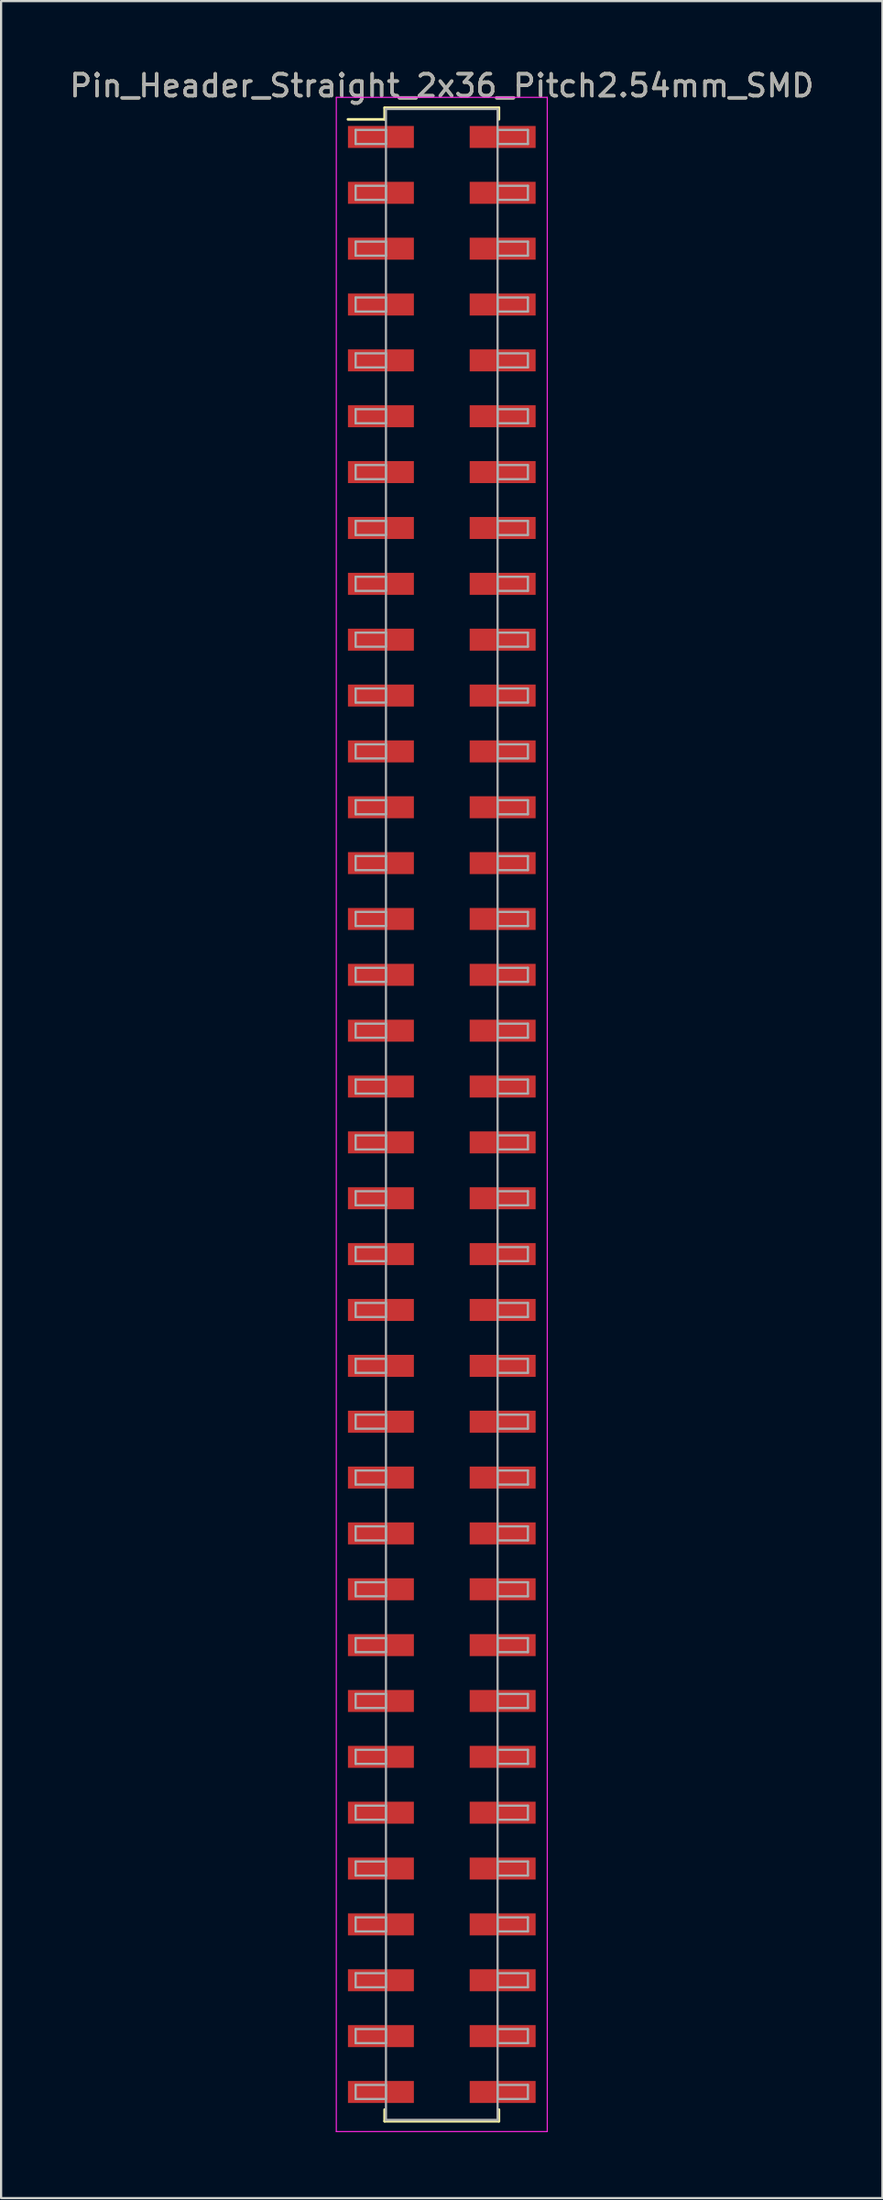
<source format=kicad_pcb>
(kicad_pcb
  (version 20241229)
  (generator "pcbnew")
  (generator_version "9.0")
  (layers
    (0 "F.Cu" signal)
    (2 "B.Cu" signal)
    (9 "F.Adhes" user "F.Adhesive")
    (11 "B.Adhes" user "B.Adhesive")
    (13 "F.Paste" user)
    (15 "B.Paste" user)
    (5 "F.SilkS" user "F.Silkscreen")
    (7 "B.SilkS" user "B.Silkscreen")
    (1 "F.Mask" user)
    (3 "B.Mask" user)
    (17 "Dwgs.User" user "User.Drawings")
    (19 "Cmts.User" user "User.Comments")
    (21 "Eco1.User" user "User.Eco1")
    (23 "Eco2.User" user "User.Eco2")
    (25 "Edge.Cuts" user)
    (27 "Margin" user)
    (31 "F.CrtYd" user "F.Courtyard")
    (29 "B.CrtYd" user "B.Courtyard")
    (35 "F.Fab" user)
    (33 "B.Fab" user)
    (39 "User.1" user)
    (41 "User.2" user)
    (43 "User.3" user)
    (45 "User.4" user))
  (footprint "Pin_Header_Straight_2x36_Pitch2.54mm_SMD"
    (layer "F.Cu")
    (at 17.054 47.628)
    (property "Reference" "Pin_Header_Straight_2x36_Pitch2.54mm_SMD" (at 0 -46.78 0) (layer "F.SilkS") (effects (font (size 1 1) (thickness 0.15))))
    (attr smd)
    (fp_line (start -4.27 -45.25) (end -2.6 -45.25) (stroke (width 0.12) (type solid)) (layer "F.SilkS"))
    (fp_line (start -2.6 -45.78) (end 2.6 -45.78) (stroke (width 0.12) (type solid)) (layer "F.SilkS"))
    (fp_line (start -2.6 -45.25) (end -2.6 -45.78) (stroke (width 0.12) (type solid)) (layer "F.SilkS"))
    (fp_line (start -2.6 45.25) (end -2.6 45.78) (stroke (width 0.12) (type solid)) (layer "F.SilkS"))
    (fp_line (start -2.6 45.78) (end 2.6 45.78) (stroke (width 0.12) (type solid)) (layer "F.SilkS"))
    (fp_line (start 2.6 -45.78) (end 2.6 -45.25) (stroke (width 0.12) (type solid)) (layer "F.SilkS"))
    (fp_line (start 2.6 45.78) (end 2.6 45.25) (stroke (width 0.12) (type solid)) (layer "F.SilkS"))
    (fp_line (start -4.8 -46.25) (end -4.8 46.25) (stroke (width 0.05) (type solid)) (layer "F.CrtYd"))
    (fp_line (start -4.8 46.25) (end 4.8 46.25) (stroke (width 0.05) (type solid)) (layer "F.CrtYd"))
    (fp_line (start 4.8 -46.25) (end -4.8 -46.25) (stroke (width 0.05) (type solid)) (layer "F.CrtYd"))
    (fp_line (start 4.8 46.25) (end 4.8 -46.25) (stroke (width 0.05) (type solid)) (layer "F.CrtYd"))
    (fp_line (start -3.92 -44.77) (end -2.54 -44.77) (stroke (width 0.1) (type solid)) (layer "F.Fab"))
    (fp_line (start -3.92 -44.13) (end -3.92 -44.77) (stroke (width 0.1) (type solid)) (layer "F.Fab"))
    (fp_line (start -3.92 -42.23) (end -2.54 -42.23) (stroke (width 0.1) (type solid)) (layer "F.Fab"))
    (fp_line (start -3.92 -41.59) (end -3.92 -42.23) (stroke (width 0.1) (type solid)) (layer "F.Fab"))
    (fp_line (start -3.92 -39.69) (end -2.54 -39.69) (stroke (width 0.1) (type solid)) (layer "F.Fab"))
    (fp_line (start -3.92 -39.05) (end -3.92 -39.69) (stroke (width 0.1) (type solid)) (layer "F.Fab"))
    (fp_line (start -3.92 -37.15) (end -2.54 -37.15) (stroke (width 0.1) (type solid)) (layer "F.Fab"))
    (fp_line (start -3.92 -36.51) (end -3.92 -37.15) (stroke (width 0.1) (type solid)) (layer "F.Fab"))
    (fp_line (start -3.92 -34.61) (end -2.54 -34.61) (stroke (width 0.1) (type solid)) (layer "F.Fab"))
    (fp_line (start -3.92 -33.97) (end -3.92 -34.61) (stroke (width 0.1) (type solid)) (layer "F.Fab"))
    (fp_line (start -3.92 -32.07) (end -2.54 -32.07) (stroke (width 0.1) (type solid)) (layer "F.Fab"))
    (fp_line (start -3.92 -31.43) (end -3.92 -32.07) (stroke (width 0.1) (type solid)) (layer "F.Fab"))
    (fp_line (start -3.92 -29.53) (end -2.54 -29.53) (stroke (width 0.1) (type solid)) (layer "F.Fab"))
    (fp_line (start -3.92 -28.89) (end -3.92 -29.53) (stroke (width 0.1) (type solid)) (layer "F.Fab"))
    (fp_line (start -3.92 -26.99) (end -2.54 -26.99) (stroke (width 0.1) (type solid)) (layer "F.Fab"))
    (fp_line (start -3.92 -26.35) (end -3.92 -26.99) (stroke (width 0.1) (type solid)) (layer "F.Fab"))
    (fp_line (start -3.92 -24.45) (end -2.54 -24.45) (stroke (width 0.1) (type solid)) (layer "F.Fab"))
    (fp_line (start -3.92 -23.81) (end -3.92 -24.45) (stroke (width 0.1) (type solid)) (layer "F.Fab"))
    (fp_line (start -3.92 -21.91) (end -2.54 -21.91) (stroke (width 0.1) (type solid)) (layer "F.Fab"))
    (fp_line (start -3.92 -21.27) (end -3.92 -21.91) (stroke (width 0.1) (type solid)) (layer "F.Fab"))
    (fp_line (start -3.92 -19.37) (end -2.54 -19.37) (stroke (width 0.1) (type solid)) (layer "F.Fab"))
    (fp_line (start -3.92 -18.73) (end -3.92 -19.37) (stroke (width 0.1) (type solid)) (layer "F.Fab"))
    (fp_line (start -3.92 -16.83) (end -2.54 -16.83) (stroke (width 0.1) (type solid)) (layer "F.Fab"))
    (fp_line (start -3.92 -16.19) (end -3.92 -16.83) (stroke (width 0.1) (type solid)) (layer "F.Fab"))
    (fp_line (start -3.92 -14.29) (end -2.54 -14.29) (stroke (width 0.1) (type solid)) (layer "F.Fab"))
    (fp_line (start -3.92 -13.65) (end -3.92 -14.29) (stroke (width 0.1) (type solid)) (layer "F.Fab"))
    (fp_line (start -3.92 -11.75) (end -2.54 -11.75) (stroke (width 0.1) (type solid)) (layer "F.Fab"))
    (fp_line (start -3.92 -11.11) (end -3.92 -11.75) (stroke (width 0.1) (type solid)) (layer "F.Fab"))
    (fp_line (start -3.92 -9.21) (end -2.54 -9.21) (stroke (width 0.1) (type solid)) (layer "F.Fab"))
    (fp_line (start -3.92 -8.57) (end -3.92 -9.21) (stroke (width 0.1) (type solid)) (layer "F.Fab"))
    (fp_line (start -3.92 -6.67) (end -2.54 -6.67) (stroke (width 0.1) (type solid)) (layer "F.Fab"))
    (fp_line (start -3.92 -6.03) (end -3.92 -6.67) (stroke (width 0.1) (type solid)) (layer "F.Fab"))
    (fp_line (start -3.92 -4.13) (end -2.54 -4.13) (stroke (width 0.1) (type solid)) (layer "F.Fab"))
    (fp_line (start -3.92 -3.49) (end -3.92 -4.13) (stroke (width 0.1) (type solid)) (layer "F.Fab"))
    (fp_line (start -3.92 -1.59) (end -2.54 -1.59) (stroke (width 0.1) (type solid)) (layer "F.Fab"))
    (fp_line (start -3.92 -0.95) (end -3.92 -1.59) (stroke (width 0.1) (type solid)) (layer "F.Fab"))
    (fp_line (start -3.92 0.95) (end -2.54 0.95) (stroke (width 0.1) (type solid)) (layer "F.Fab"))
    (fp_line (start -3.92 1.59) (end -3.92 0.95) (stroke (width 0.1) (type solid)) (layer "F.Fab"))
    (fp_line (start -3.92 3.49) (end -2.54 3.49) (stroke (width 0.1) (type solid)) (layer "F.Fab"))
    (fp_line (start -3.92 4.13) (end -3.92 3.49) (stroke (width 0.1) (type solid)) (layer "F.Fab"))
    (fp_line (start -3.92 6.03) (end -2.54 6.03) (stroke (width 0.1) (type solid)) (layer "F.Fab"))
    (fp_line (start -3.92 6.67) (end -3.92 6.03) (stroke (width 0.1) (type solid)) (layer "F.Fab"))
    (fp_line (start -3.92 8.57) (end -2.54 8.57) (stroke (width 0.1) (type solid)) (layer "F.Fab"))
    (fp_line (start -3.92 9.21) (end -3.92 8.57) (stroke (width 0.1) (type solid)) (layer "F.Fab"))
    (fp_line (start -3.92 11.11) (end -2.54 11.11) (stroke (width 0.1) (type solid)) (layer "F.Fab"))
    (fp_line (start -3.92 11.75) (end -3.92 11.11) (stroke (width 0.1) (type solid)) (layer "F.Fab"))
    (fp_line (start -3.92 13.65) (end -2.54 13.65) (stroke (width 0.1) (type solid)) (layer "F.Fab"))
    (fp_line (start -3.92 14.29) (end -3.92 13.65) (stroke (width 0.1) (type solid)) (layer "F.Fab"))
    (fp_line (start -3.92 16.19) (end -2.54 16.19) (stroke (width 0.1) (type solid)) (layer "F.Fab"))
    (fp_line (start -3.92 16.83) (end -3.92 16.19) (stroke (width 0.1) (type solid)) (layer "F.Fab"))
    (fp_line (start -3.92 18.73) (end -2.54 18.73) (stroke (width 0.1) (type solid)) (layer "F.Fab"))
    (fp_line (start -3.92 19.37) (end -3.92 18.73) (stroke (width 0.1) (type solid)) (layer "F.Fab"))
    (fp_line (start -3.92 21.27) (end -2.54 21.27) (stroke (width 0.1) (type solid)) (layer "F.Fab"))
    (fp_line (start -3.92 21.91) (end -3.92 21.27) (stroke (width 0.1) (type solid)) (layer "F.Fab"))
    (fp_line (start -3.92 23.81) (end -2.54 23.81) (stroke (width 0.1) (type solid)) (layer "F.Fab"))
    (fp_line (start -3.92 24.45) (end -3.92 23.81) (stroke (width 0.1) (type solid)) (layer "F.Fab"))
    (fp_line (start -3.92 26.35) (end -2.54 26.35) (stroke (width 0.1) (type solid)) (layer "F.Fab"))
    (fp_line (start -3.92 26.99) (end -3.92 26.35) (stroke (width 0.1) (type solid)) (layer "F.Fab"))
    (fp_line (start -3.92 28.89) (end -2.54 28.89) (stroke (width 0.1) (type solid)) (layer "F.Fab"))
    (fp_line (start -3.92 29.53) (end -3.92 28.89) (stroke (width 0.1) (type solid)) (layer "F.Fab"))
    (fp_line (start -3.92 31.43) (end -2.54 31.43) (stroke (width 0.1) (type solid)) (layer "F.Fab"))
    (fp_line (start -3.92 32.07) (end -3.92 31.43) (stroke (width 0.1) (type solid)) (layer "F.Fab"))
    (fp_line (start -3.92 33.97) (end -2.54 33.97) (stroke (width 0.1) (type solid)) (layer "F.Fab"))
    (fp_line (start -3.92 34.61) (end -3.92 33.97) (stroke (width 0.1) (type solid)) (layer "F.Fab"))
    (fp_line (start -3.92 36.51) (end -2.54 36.51) (stroke (width 0.1) (type solid)) (layer "F.Fab"))
    (fp_line (start -3.92 37.15) (end -3.92 36.51) (stroke (width 0.1) (type solid)) (layer "F.Fab"))
    (fp_line (start -3.92 39.05) (end -2.54 39.05) (stroke (width 0.1) (type solid)) (layer "F.Fab"))
    (fp_line (start -3.92 39.69) (end -3.92 39.05) (stroke (width 0.1) (type solid)) (layer "F.Fab"))
    (fp_line (start -3.92 41.59) (end -2.54 41.59) (stroke (width 0.1) (type solid)) (layer "F.Fab"))
    (fp_line (start -3.92 42.23) (end -3.92 41.59) (stroke (width 0.1) (type solid)) (layer "F.Fab"))
    (fp_line (start -3.92 44.13) (end -2.54 44.13) (stroke (width 0.1) (type solid)) (layer "F.Fab"))
    (fp_line (start -3.92 44.77) (end -3.92 44.13) (stroke (width 0.1) (type solid)) (layer "F.Fab"))
    (fp_line (start -2.54 -45.72) (end -2.54 45.72) (stroke (width 0.1) (type solid)) (layer "F.Fab"))
    (fp_line (start -2.54 -44.77) (end -2.54 -44.13) (stroke (width 0.1) (type solid)) (layer "F.Fab"))
    (fp_line (start -2.54 -44.13) (end -3.92 -44.13) (stroke (width 0.1) (type solid)) (layer "F.Fab"))
    (fp_line (start -2.54 -42.23) (end -2.54 -41.59) (stroke (width 0.1) (type solid)) (layer "F.Fab"))
    (fp_line (start -2.54 -41.59) (end -3.92 -41.59) (stroke (width 0.1) (type solid)) (layer "F.Fab"))
    (fp_line (start -2.54 -39.69) (end -2.54 -39.05) (stroke (width 0.1) (type solid)) (layer "F.Fab"))
    (fp_line (start -2.54 -39.05) (end -3.92 -39.05) (stroke (width 0.1) (type solid)) (layer "F.Fab"))
    (fp_line (start -2.54 -37.15) (end -2.54 -36.51) (stroke (width 0.1) (type solid)) (layer "F.Fab"))
    (fp_line (start -2.54 -36.51) (end -3.92 -36.51) (stroke (width 0.1) (type solid)) (layer "F.Fab"))
    (fp_line (start -2.54 -34.61) (end -2.54 -33.97) (stroke (width 0.1) (type solid)) (layer "F.Fab"))
    (fp_line (start -2.54 -33.97) (end -3.92 -33.97) (stroke (width 0.1) (type solid)) (layer "F.Fab"))
    (fp_line (start -2.54 -32.07) (end -2.54 -31.43) (stroke (width 0.1) (type solid)) (layer "F.Fab"))
    (fp_line (start -2.54 -31.43) (end -3.92 -31.43) (stroke (width 0.1) (type solid)) (layer "F.Fab"))
    (fp_line (start -2.54 -29.53) (end -2.54 -28.89) (stroke (width 0.1) (type solid)) (layer "F.Fab"))
    (fp_line (start -2.54 -28.89) (end -3.92 -28.89) (stroke (width 0.1) (type solid)) (layer "F.Fab"))
    (fp_line (start -2.54 -26.99) (end -2.54 -26.35) (stroke (width 0.1) (type solid)) (layer "F.Fab"))
    (fp_line (start -2.54 -26.35) (end -3.92 -26.35) (stroke (width 0.1) (type solid)) (layer "F.Fab"))
    (fp_line (start -2.54 -24.45) (end -2.54 -23.81) (stroke (width 0.1) (type solid)) (layer "F.Fab"))
    (fp_line (start -2.54 -23.81) (end -3.92 -23.81) (stroke (width 0.1) (type solid)) (layer "F.Fab"))
    (fp_line (start -2.54 -21.91) (end -2.54 -21.27) (stroke (width 0.1) (type solid)) (layer "F.Fab"))
    (fp_line (start -2.54 -21.27) (end -3.92 -21.27) (stroke (width 0.1) (type solid)) (layer "F.Fab"))
    (fp_line (start -2.54 -19.37) (end -2.54 -18.73) (stroke (width 0.1) (type solid)) (layer "F.Fab"))
    (fp_line (start -2.54 -18.73) (end -3.92 -18.73) (stroke (width 0.1) (type solid)) (layer "F.Fab"))
    (fp_line (start -2.54 -16.83) (end -2.54 -16.19) (stroke (width 0.1) (type solid)) (layer "F.Fab"))
    (fp_line (start -2.54 -16.19) (end -3.92 -16.19) (stroke (width 0.1) (type solid)) (layer "F.Fab"))
    (fp_line (start -2.54 -14.29) (end -2.54 -13.65) (stroke (width 0.1) (type solid)) (layer "F.Fab"))
    (fp_line (start -2.54 -13.65) (end -3.92 -13.65) (stroke (width 0.1) (type solid)) (layer "F.Fab"))
    (fp_line (start -2.54 -11.75) (end -2.54 -11.11) (stroke (width 0.1) (type solid)) (layer "F.Fab"))
    (fp_line (start -2.54 -11.11) (end -3.92 -11.11) (stroke (width 0.1) (type solid)) (layer "F.Fab"))
    (fp_line (start -2.54 -9.21) (end -2.54 -8.57) (stroke (width 0.1) (type solid)) (layer "F.Fab"))
    (fp_line (start -2.54 -8.57) (end -3.92 -8.57) (stroke (width 0.1) (type solid)) (layer "F.Fab"))
    (fp_line (start -2.54 -6.67) (end -2.54 -6.03) (stroke (width 0.1) (type solid)) (layer "F.Fab"))
    (fp_line (start -2.54 -6.03) (end -3.92 -6.03) (stroke (width 0.1) (type solid)) (layer "F.Fab"))
    (fp_line (start -2.54 -4.13) (end -2.54 -3.49) (stroke (width 0.1) (type solid)) (layer "F.Fab"))
    (fp_line (start -2.54 -3.49) (end -3.92 -3.49) (stroke (width 0.1) (type solid)) (layer "F.Fab"))
    (fp_line (start -2.54 -1.59) (end -2.54 -0.95) (stroke (width 0.1) (type solid)) (layer "F.Fab"))
    (fp_line (start -2.54 -0.95) (end -3.92 -0.95) (stroke (width 0.1) (type solid)) (layer "F.Fab"))
    (fp_line (start -2.54 0.95) (end -2.54 1.59) (stroke (width 0.1) (type solid)) (layer "F.Fab"))
    (fp_line (start -2.54 1.59) (end -3.92 1.59) (stroke (width 0.1) (type solid)) (layer "F.Fab"))
    (fp_line (start -2.54 3.49) (end -2.54 4.13) (stroke (width 0.1) (type solid)) (layer "F.Fab"))
    (fp_line (start -2.54 4.13) (end -3.92 4.13) (stroke (width 0.1) (type solid)) (layer "F.Fab"))
    (fp_line (start -2.54 6.03) (end -2.54 6.67) (stroke (width 0.1) (type solid)) (layer "F.Fab"))
    (fp_line (start -2.54 6.67) (end -3.92 6.67) (stroke (width 0.1) (type solid)) (layer "F.Fab"))
    (fp_line (start -2.54 8.57) (end -2.54 9.21) (stroke (width 0.1) (type solid)) (layer "F.Fab"))
    (fp_line (start -2.54 9.21) (end -3.92 9.21) (stroke (width 0.1) (type solid)) (layer "F.Fab"))
    (fp_line (start -2.54 11.11) (end -2.54 11.75) (stroke (width 0.1) (type solid)) (layer "F.Fab"))
    (fp_line (start -2.54 11.75) (end -3.92 11.75) (stroke (width 0.1) (type solid)) (layer "F.Fab"))
    (fp_line (start -2.54 13.65) (end -2.54 14.29) (stroke (width 0.1) (type solid)) (layer "F.Fab"))
    (fp_line (start -2.54 14.29) (end -3.92 14.29) (stroke (width 0.1) (type solid)) (layer "F.Fab"))
    (fp_line (start -2.54 16.19) (end -2.54 16.83) (stroke (width 0.1) (type solid)) (layer "F.Fab"))
    (fp_line (start -2.54 16.83) (end -3.92 16.83) (stroke (width 0.1) (type solid)) (layer "F.Fab"))
    (fp_line (start -2.54 18.73) (end -2.54 19.37) (stroke (width 0.1) (type solid)) (layer "F.Fab"))
    (fp_line (start -2.54 19.37) (end -3.92 19.37) (stroke (width 0.1) (type solid)) (layer "F.Fab"))
    (fp_line (start -2.54 21.27) (end -2.54 21.91) (stroke (width 0.1) (type solid)) (layer "F.Fab"))
    (fp_line (start -2.54 21.91) (end -3.92 21.91) (stroke (width 0.1) (type solid)) (layer "F.Fab"))
    (fp_line (start -2.54 23.81) (end -2.54 24.45) (stroke (width 0.1) (type solid)) (layer "F.Fab"))
    (fp_line (start -2.54 24.45) (end -3.92 24.45) (stroke (width 0.1) (type solid)) (layer "F.Fab"))
    (fp_line (start -2.54 26.35) (end -2.54 26.99) (stroke (width 0.1) (type solid)) (layer "F.Fab"))
    (fp_line (start -2.54 26.99) (end -3.92 26.99) (stroke (width 0.1) (type solid)) (layer "F.Fab"))
    (fp_line (start -2.54 28.89) (end -2.54 29.53) (stroke (width 0.1) (type solid)) (layer "F.Fab"))
    (fp_line (start -2.54 29.53) (end -3.92 29.53) (stroke (width 0.1) (type solid)) (layer "F.Fab"))
    (fp_line (start -2.54 31.43) (end -2.54 32.07) (stroke (width 0.1) (type solid)) (layer "F.Fab"))
    (fp_line (start -2.54 32.07) (end -3.92 32.07) (stroke (width 0.1) (type solid)) (layer "F.Fab"))
    (fp_line (start -2.54 33.97) (end -2.54 34.61) (stroke (width 0.1) (type solid)) (layer "F.Fab"))
    (fp_line (start -2.54 34.61) (end -3.92 34.61) (stroke (width 0.1) (type solid)) (layer "F.Fab"))
    (fp_line (start -2.54 36.51) (end -2.54 37.15) (stroke (width 0.1) (type solid)) (layer "F.Fab"))
    (fp_line (start -2.54 37.15) (end -3.92 37.15) (stroke (width 0.1) (type solid)) (layer "F.Fab"))
    (fp_line (start -2.54 39.05) (end -2.54 39.69) (stroke (width 0.1) (type solid)) (layer "F.Fab"))
    (fp_line (start -2.54 39.69) (end -3.92 39.69) (stroke (width 0.1) (type solid)) (layer "F.Fab"))
    (fp_line (start -2.54 41.59) (end -2.54 42.23) (stroke (width 0.1) (type solid)) (layer "F.Fab"))
    (fp_line (start -2.54 42.23) (end -3.92 42.23) (stroke (width 0.1) (type solid)) (layer "F.Fab"))
    (fp_line (start -2.54 44.13) (end -2.54 44.77) (stroke (width 0.1) (type solid)) (layer "F.Fab"))
    (fp_line (start -2.54 44.77) (end -3.92 44.77) (stroke (width 0.1) (type solid)) (layer "F.Fab"))
    (fp_line (start -2.54 45.72) (end 2.54 45.72) (stroke (width 0.1) (type solid)) (layer "F.Fab"))
    (fp_line (start 2.54 -45.72) (end -2.54 -45.72) (stroke (width 0.1) (type solid)) (layer "F.Fab"))
    (fp_line (start 2.54 -44.77) (end 2.54 -44.13) (stroke (width 0.1) (type solid)) (layer "F.Fab"))
    (fp_line (start 2.54 -44.13) (end 3.92 -44.13) (stroke (width 0.1) (type solid)) (layer "F.Fab"))
    (fp_line (start 2.54 -42.23) (end 2.54 -41.59) (stroke (width 0.1) (type solid)) (layer "F.Fab"))
    (fp_line (start 2.54 -41.59) (end 3.92 -41.59) (stroke (width 0.1) (type solid)) (layer "F.Fab"))
    (fp_line (start 2.54 -39.69) (end 2.54 -39.05) (stroke (width 0.1) (type solid)) (layer "F.Fab"))
    (fp_line (start 2.54 -39.05) (end 3.92 -39.05) (stroke (width 0.1) (type solid)) (layer "F.Fab"))
    (fp_line (start 2.54 -37.15) (end 2.54 -36.51) (stroke (width 0.1) (type solid)) (layer "F.Fab"))
    (fp_line (start 2.54 -36.51) (end 3.92 -36.51) (stroke (width 0.1) (type solid)) (layer "F.Fab"))
    (fp_line (start 2.54 -34.61) (end 2.54 -33.97) (stroke (width 0.1) (type solid)) (layer "F.Fab"))
    (fp_line (start 2.54 -33.97) (end 3.92 -33.97) (stroke (width 0.1) (type solid)) (layer "F.Fab"))
    (fp_line (start 2.54 -32.07) (end 2.54 -31.43) (stroke (width 0.1) (type solid)) (layer "F.Fab"))
    (fp_line (start 2.54 -31.43) (end 3.92 -31.43) (stroke (width 0.1) (type solid)) (layer "F.Fab"))
    (fp_line (start 2.54 -29.53) (end 2.54 -28.89) (stroke (width 0.1) (type solid)) (layer "F.Fab"))
    (fp_line (start 2.54 -28.89) (end 3.92 -28.89) (stroke (width 0.1) (type solid)) (layer "F.Fab"))
    (fp_line (start 2.54 -26.99) (end 2.54 -26.35) (stroke (width 0.1) (type solid)) (layer "F.Fab"))
    (fp_line (start 2.54 -26.35) (end 3.92 -26.35) (stroke (width 0.1) (type solid)) (layer "F.Fab"))
    (fp_line (start 2.54 -24.45) (end 2.54 -23.81) (stroke (width 0.1) (type solid)) (layer "F.Fab"))
    (fp_line (start 2.54 -23.81) (end 3.92 -23.81) (stroke (width 0.1) (type solid)) (layer "F.Fab"))
    (fp_line (start 2.54 -21.91) (end 2.54 -21.27) (stroke (width 0.1) (type solid)) (layer "F.Fab"))
    (fp_line (start 2.54 -21.27) (end 3.92 -21.27) (stroke (width 0.1) (type solid)) (layer "F.Fab"))
    (fp_line (start 2.54 -19.37) (end 2.54 -18.73) (stroke (width 0.1) (type solid)) (layer "F.Fab"))
    (fp_line (start 2.54 -18.73) (end 3.92 -18.73) (stroke (width 0.1) (type solid)) (layer "F.Fab"))
    (fp_line (start 2.54 -16.83) (end 2.54 -16.19) (stroke (width 0.1) (type solid)) (layer "F.Fab"))
    (fp_line (start 2.54 -16.19) (end 3.92 -16.19) (stroke (width 0.1) (type solid)) (layer "F.Fab"))
    (fp_line (start 2.54 -14.29) (end 2.54 -13.65) (stroke (width 0.1) (type solid)) (layer "F.Fab"))
    (fp_line (start 2.54 -13.65) (end 3.92 -13.65) (stroke (width 0.1) (type solid)) (layer "F.Fab"))
    (fp_line (start 2.54 -11.75) (end 2.54 -11.11) (stroke (width 0.1) (type solid)) (layer "F.Fab"))
    (fp_line (start 2.54 -11.11) (end 3.92 -11.11) (stroke (width 0.1) (type solid)) (layer "F.Fab"))
    (fp_line (start 2.54 -9.21) (end 2.54 -8.57) (stroke (width 0.1) (type solid)) (layer "F.Fab"))
    (fp_line (start 2.54 -8.57) (end 3.92 -8.57) (stroke (width 0.1) (type solid)) (layer "F.Fab"))
    (fp_line (start 2.54 -6.67) (end 2.54 -6.03) (stroke (width 0.1) (type solid)) (layer "F.Fab"))
    (fp_line (start 2.54 -6.03) (end 3.92 -6.03) (stroke (width 0.1) (type solid)) (layer "F.Fab"))
    (fp_line (start 2.54 -4.13) (end 2.54 -3.49) (stroke (width 0.1) (type solid)) (layer "F.Fab"))
    (fp_line (start 2.54 -3.49) (end 3.92 -3.49) (stroke (width 0.1) (type solid)) (layer "F.Fab"))
    (fp_line (start 2.54 -1.59) (end 2.54 -0.95) (stroke (width 0.1) (type solid)) (layer "F.Fab"))
    (fp_line (start 2.54 -0.95) (end 3.92 -0.95) (stroke (width 0.1) (type solid)) (layer "F.Fab"))
    (fp_line (start 2.54 0.95) (end 2.54 1.59) (stroke (width 0.1) (type solid)) (layer "F.Fab"))
    (fp_line (start 2.54 1.59) (end 3.92 1.59) (stroke (width 0.1) (type solid)) (layer "F.Fab"))
    (fp_line (start 2.54 3.49) (end 2.54 4.13) (stroke (width 0.1) (type solid)) (layer "F.Fab"))
    (fp_line (start 2.54 4.13) (end 3.92 4.13) (stroke (width 0.1) (type solid)) (layer "F.Fab"))
    (fp_line (start 2.54 6.03) (end 2.54 6.67) (stroke (width 0.1) (type solid)) (layer "F.Fab"))
    (fp_line (start 2.54 6.67) (end 3.92 6.67) (stroke (width 0.1) (type solid)) (layer "F.Fab"))
    (fp_line (start 2.54 8.57) (end 2.54 9.21) (stroke (width 0.1) (type solid)) (layer "F.Fab"))
    (fp_line (start 2.54 9.21) (end 3.92 9.21) (stroke (width 0.1) (type solid)) (layer "F.Fab"))
    (fp_line (start 2.54 11.11) (end 2.54 11.75) (stroke (width 0.1) (type solid)) (layer "F.Fab"))
    (fp_line (start 2.54 11.75) (end 3.92 11.75) (stroke (width 0.1) (type solid)) (layer "F.Fab"))
    (fp_line (start 2.54 13.65) (end 2.54 14.29) (stroke (width 0.1) (type solid)) (layer "F.Fab"))
    (fp_line (start 2.54 14.29) (end 3.92 14.29) (stroke (width 0.1) (type solid)) (layer "F.Fab"))
    (fp_line (start 2.54 16.19) (end 2.54 16.83) (stroke (width 0.1) (type solid)) (layer "F.Fab"))
    (fp_line (start 2.54 16.83) (end 3.92 16.83) (stroke (width 0.1) (type solid)) (layer "F.Fab"))
    (fp_line (start 2.54 18.73) (end 2.54 19.37) (stroke (width 0.1) (type solid)) (layer "F.Fab"))
    (fp_line (start 2.54 19.37) (end 3.92 19.37) (stroke (width 0.1) (type solid)) (layer "F.Fab"))
    (fp_line (start 2.54 21.27) (end 2.54 21.91) (stroke (width 0.1) (type solid)) (layer "F.Fab"))
    (fp_line (start 2.54 21.91) (end 3.92 21.91) (stroke (width 0.1) (type solid)) (layer "F.Fab"))
    (fp_line (start 2.54 23.81) (end 2.54 24.45) (stroke (width 0.1) (type solid)) (layer "F.Fab"))
    (fp_line (start 2.54 24.45) (end 3.92 24.45) (stroke (width 0.1) (type solid)) (layer "F.Fab"))
    (fp_line (start 2.54 26.35) (end 2.54 26.99) (stroke (width 0.1) (type solid)) (layer "F.Fab"))
    (fp_line (start 2.54 26.99) (end 3.92 26.99) (stroke (width 0.1) (type solid)) (layer "F.Fab"))
    (fp_line (start 2.54 28.89) (end 2.54 29.53) (stroke (width 0.1) (type solid)) (layer "F.Fab"))
    (fp_line (start 2.54 29.53) (end 3.92 29.53) (stroke (width 0.1) (type solid)) (layer "F.Fab"))
    (fp_line (start 2.54 31.43) (end 2.54 32.07) (stroke (width 0.1) (type solid)) (layer "F.Fab"))
    (fp_line (start 2.54 32.07) (end 3.92 32.07) (stroke (width 0.1) (type solid)) (layer "F.Fab"))
    (fp_line (start 2.54 33.97) (end 2.54 34.61) (stroke (width 0.1) (type solid)) (layer "F.Fab"))
    (fp_line (start 2.54 34.61) (end 3.92 34.61) (stroke (width 0.1) (type solid)) (layer "F.Fab"))
    (fp_line (start 2.54 36.51) (end 2.54 37.15) (stroke (width 0.1) (type solid)) (layer "F.Fab"))
    (fp_line (start 2.54 37.15) (end 3.92 37.15) (stroke (width 0.1) (type solid)) (layer "F.Fab"))
    (fp_line (start 2.54 39.05) (end 2.54 39.69) (stroke (width 0.1) (type solid)) (layer "F.Fab"))
    (fp_line (start 2.54 39.69) (end 3.92 39.69) (stroke (width 0.1) (type solid)) (layer "F.Fab"))
    (fp_line (start 2.54 41.59) (end 2.54 42.23) (stroke (width 0.1) (type solid)) (layer "F.Fab"))
    (fp_line (start 2.54 42.23) (end 3.92 42.23) (stroke (width 0.1) (type solid)) (layer "F.Fab"))
    (fp_line (start 2.54 44.13) (end 2.54 44.77) (stroke (width 0.1) (type solid)) (layer "F.Fab"))
    (fp_line (start 2.54 44.77) (end 3.92 44.77) (stroke (width 0.1) (type solid)) (layer "F.Fab"))
    (fp_line (start 2.54 45.72) (end 2.54 -45.72) (stroke (width 0.1) (type solid)) (layer "F.Fab"))
    (fp_line (start 3.92 -44.77) (end 2.54 -44.77) (stroke (width 0.1) (type solid)) (layer "F.Fab"))
    (fp_line (start 3.92 -44.13) (end 3.92 -44.77) (stroke (width 0.1) (type solid)) (layer "F.Fab"))
    (fp_line (start 3.92 -42.23) (end 2.54 -42.23) (stroke (width 0.1) (type solid)) (layer "F.Fab"))
    (fp_line (start 3.92 -41.59) (end 3.92 -42.23) (stroke (width 0.1) (type solid)) (layer "F.Fab"))
    (fp_line (start 3.92 -39.69) (end 2.54 -39.69) (stroke (width 0.1) (type solid)) (layer "F.Fab"))
    (fp_line (start 3.92 -39.05) (end 3.92 -39.69) (stroke (width 0.1) (type solid)) (layer "F.Fab"))
    (fp_line (start 3.92 -37.15) (end 2.54 -37.15) (stroke (width 0.1) (type solid)) (layer "F.Fab"))
    (fp_line (start 3.92 -36.51) (end 3.92 -37.15) (stroke (width 0.1) (type solid)) (layer "F.Fab"))
    (fp_line (start 3.92 -34.61) (end 2.54 -34.61) (stroke (width 0.1) (type solid)) (layer "F.Fab"))
    (fp_line (start 3.92 -33.97) (end 3.92 -34.61) (stroke (width 0.1) (type solid)) (layer "F.Fab"))
    (fp_line (start 3.92 -32.07) (end 2.54 -32.07) (stroke (width 0.1) (type solid)) (layer "F.Fab"))
    (fp_line (start 3.92 -31.43) (end 3.92 -32.07) (stroke (width 0.1) (type solid)) (layer "F.Fab"))
    (fp_line (start 3.92 -29.53) (end 2.54 -29.53) (stroke (width 0.1) (type solid)) (layer "F.Fab"))
    (fp_line (start 3.92 -28.89) (end 3.92 -29.53) (stroke (width 0.1) (type solid)) (layer "F.Fab"))
    (fp_line (start 3.92 -26.99) (end 2.54 -26.99) (stroke (width 0.1) (type solid)) (layer "F.Fab"))
    (fp_line (start 3.92 -26.35) (end 3.92 -26.99) (stroke (width 0.1) (type solid)) (layer "F.Fab"))
    (fp_line (start 3.92 -24.45) (end 2.54 -24.45) (stroke (width 0.1) (type solid)) (layer "F.Fab"))
    (fp_line (start 3.92 -23.81) (end 3.92 -24.45) (stroke (width 0.1) (type solid)) (layer "F.Fab"))
    (fp_line (start 3.92 -21.91) (end 2.54 -21.91) (stroke (width 0.1) (type solid)) (layer "F.Fab"))
    (fp_line (start 3.92 -21.27) (end 3.92 -21.91) (stroke (width 0.1) (type solid)) (layer "F.Fab"))
    (fp_line (start 3.92 -19.37) (end 2.54 -19.37) (stroke (width 0.1) (type solid)) (layer "F.Fab"))
    (fp_line (start 3.92 -18.73) (end 3.92 -19.37) (stroke (width 0.1) (type solid)) (layer "F.Fab"))
    (fp_line (start 3.92 -16.83) (end 2.54 -16.83) (stroke (width 0.1) (type solid)) (layer "F.Fab"))
    (fp_line (start 3.92 -16.19) (end 3.92 -16.83) (stroke (width 0.1) (type solid)) (layer "F.Fab"))
    (fp_line (start 3.92 -14.29) (end 2.54 -14.29) (stroke (width 0.1) (type solid)) (layer "F.Fab"))
    (fp_line (start 3.92 -13.65) (end 3.92 -14.29) (stroke (width 0.1) (type solid)) (layer "F.Fab"))
    (fp_line (start 3.92 -11.75) (end 2.54 -11.75) (stroke (width 0.1) (type solid)) (layer "F.Fab"))
    (fp_line (start 3.92 -11.11) (end 3.92 -11.75) (stroke (width 0.1) (type solid)) (layer "F.Fab"))
    (fp_line (start 3.92 -9.21) (end 2.54 -9.21) (stroke (width 0.1) (type solid)) (layer "F.Fab"))
    (fp_line (start 3.92 -8.57) (end 3.92 -9.21) (stroke (width 0.1) (type solid)) (layer "F.Fab"))
    (fp_line (start 3.92 -6.67) (end 2.54 -6.67) (stroke (width 0.1) (type solid)) (layer "F.Fab"))
    (fp_line (start 3.92 -6.03) (end 3.92 -6.67) (stroke (width 0.1) (type solid)) (layer "F.Fab"))
    (fp_line (start 3.92 -4.13) (end 2.54 -4.13) (stroke (width 0.1) (type solid)) (layer "F.Fab"))
    (fp_line (start 3.92 -3.49) (end 3.92 -4.13) (stroke (width 0.1) (type solid)) (layer "F.Fab"))
    (fp_line (start 3.92 -1.59) (end 2.54 -1.59) (stroke (width 0.1) (type solid)) (layer "F.Fab"))
    (fp_line (start 3.92 -0.95) (end 3.92 -1.59) (stroke (width 0.1) (type solid)) (layer "F.Fab"))
    (fp_line (start 3.92 0.95) (end 2.54 0.95) (stroke (width 0.1) (type solid)) (layer "F.Fab"))
    (fp_line (start 3.92 1.59) (end 3.92 0.95) (stroke (width 0.1) (type solid)) (layer "F.Fab"))
    (fp_line (start 3.92 3.49) (end 2.54 3.49) (stroke (width 0.1) (type solid)) (layer "F.Fab"))
    (fp_line (start 3.92 4.13) (end 3.92 3.49) (stroke (width 0.1) (type solid)) (layer "F.Fab"))
    (fp_line (start 3.92 6.03) (end 2.54 6.03) (stroke (width 0.1) (type solid)) (layer "F.Fab"))
    (fp_line (start 3.92 6.67) (end 3.92 6.03) (stroke (width 0.1) (type solid)) (layer "F.Fab"))
    (fp_line (start 3.92 8.57) (end 2.54 8.57) (stroke (width 0.1) (type solid)) (layer "F.Fab"))
    (fp_line (start 3.92 9.21) (end 3.92 8.57) (stroke (width 0.1) (type solid)) (layer "F.Fab"))
    (fp_line (start 3.92 11.11) (end 2.54 11.11) (stroke (width 0.1) (type solid)) (layer "F.Fab"))
    (fp_line (start 3.92 11.75) (end 3.92 11.11) (stroke (width 0.1) (type solid)) (layer "F.Fab"))
    (fp_line (start 3.92 13.65) (end 2.54 13.65) (stroke (width 0.1) (type solid)) (layer "F.Fab"))
    (fp_line (start 3.92 14.29) (end 3.92 13.65) (stroke (width 0.1) (type solid)) (layer "F.Fab"))
    (fp_line (start 3.92 16.19) (end 2.54 16.19) (stroke (width 0.1) (type solid)) (layer "F.Fab"))
    (fp_line (start 3.92 16.83) (end 3.92 16.19) (stroke (width 0.1) (type solid)) (layer "F.Fab"))
    (fp_line (start 3.92 18.73) (end 2.54 18.73) (stroke (width 0.1) (type solid)) (layer "F.Fab"))
    (fp_line (start 3.92 19.37) (end 3.92 18.73) (stroke (width 0.1) (type solid)) (layer "F.Fab"))
    (fp_line (start 3.92 21.27) (end 2.54 21.27) (stroke (width 0.1) (type solid)) (layer "F.Fab"))
    (fp_line (start 3.92 21.91) (end 3.92 21.27) (stroke (width 0.1) (type solid)) (layer "F.Fab"))
    (fp_line (start 3.92 23.81) (end 2.54 23.81) (stroke (width 0.1) (type solid)) (layer "F.Fab"))
    (fp_line (start 3.92 24.45) (end 3.92 23.81) (stroke (width 0.1) (type solid)) (layer "F.Fab"))
    (fp_line (start 3.92 26.35) (end 2.54 26.35) (stroke (width 0.1) (type solid)) (layer "F.Fab"))
    (fp_line (start 3.92 26.99) (end 3.92 26.35) (stroke (width 0.1) (type solid)) (layer "F.Fab"))
    (fp_line (start 3.92 28.89) (end 2.54 28.89) (stroke (width 0.1) (type solid)) (layer "F.Fab"))
    (fp_line (start 3.92 29.53) (end 3.92 28.89) (stroke (width 0.1) (type solid)) (layer "F.Fab"))
    (fp_line (start 3.92 31.43) (end 2.54 31.43) (stroke (width 0.1) (type solid)) (layer "F.Fab"))
    (fp_line (start 3.92 32.07) (end 3.92 31.43) (stroke (width 0.1) (type solid)) (layer "F.Fab"))
    (fp_line (start 3.92 33.97) (end 2.54 33.97) (stroke (width 0.1) (type solid)) (layer "F.Fab"))
    (fp_line (start 3.92 34.61) (end 3.92 33.97) (stroke (width 0.1) (type solid)) (layer "F.Fab"))
    (fp_line (start 3.92 36.51) (end 2.54 36.51) (stroke (width 0.1) (type solid)) (layer "F.Fab"))
    (fp_line (start 3.92 37.15) (end 3.92 36.51) (stroke (width 0.1) (type solid)) (layer "F.Fab"))
    (fp_line (start 3.92 39.05) (end 2.54 39.05) (stroke (width 0.1) (type solid)) (layer "F.Fab"))
    (fp_line (start 3.92 39.69) (end 3.92 39.05) (stroke (width 0.1) (type solid)) (layer "F.Fab"))
    (fp_line (start 3.92 41.59) (end 2.54 41.59) (stroke (width 0.1) (type solid)) (layer "F.Fab"))
    (fp_line (start 3.92 42.23) (end 3.92 41.59) (stroke (width 0.1) (type solid)) (layer "F.Fab"))
    (fp_line (start 3.92 44.13) (end 2.54 44.13) (stroke (width 0.1) (type solid)) (layer "F.Fab"))
    (fp_line (start 3.92 44.77) (end 3.92 44.13) (stroke (width 0.1) (type solid)) (layer "F.Fab"))
    (fp_text user "${REFERENCE}" (at 0 -46.78 0) (layer "F.Fab") (effects (font (size 1 1) (thickness 0.15))))
    (pad "1" smd rect (at -2.77 -44.45) (size 3 1) (layers "F.Cu" "F.Mask" "F.Paste"))
    (pad "2" smd rect (at 2.77 -44.45) (size 3 1) (layers "F.Cu" "F.Mask" "F.Paste"))
    (pad "3" smd rect (at -2.77 -41.91) (size 3 1) (layers "F.Cu" "F.Mask" "F.Paste"))
    (pad "4" smd rect (at 2.77 -41.91) (size 3 1) (layers "F.Cu" "F.Mask" "F.Paste"))
    (pad "5" smd rect (at -2.77 -39.37) (size 3 1) (layers "F.Cu" "F.Mask" "F.Paste"))
    (pad "6" smd rect (at 2.77 -39.37) (size 3 1) (layers "F.Cu" "F.Mask" "F.Paste"))
    (pad "7" smd rect (at -2.77 -36.83) (size 3 1) (layers "F.Cu" "F.Mask" "F.Paste"))
    (pad "8" smd rect (at 2.77 -36.83) (size 3 1) (layers "F.Cu" "F.Mask" "F.Paste"))
    (pad "9" smd rect (at -2.77 -34.29) (size 3 1) (layers "F.Cu" "F.Mask" "F.Paste"))
    (pad "10" smd rect (at 2.77 -34.29) (size 3 1) (layers "F.Cu" "F.Mask" "F.Paste"))
    (pad "11" smd rect (at -2.77 -31.75) (size 3 1) (layers "F.Cu" "F.Mask" "F.Paste"))
    (pad "12" smd rect (at 2.77 -31.75) (size 3 1) (layers "F.Cu" "F.Mask" "F.Paste"))
    (pad "13" smd rect (at -2.77 -29.21) (size 3 1) (layers "F.Cu" "F.Mask" "F.Paste"))
    (pad "14" smd rect (at 2.77 -29.21) (size 3 1) (layers "F.Cu" "F.Mask" "F.Paste"))
    (pad "15" smd rect (at -2.77 -26.67) (size 3 1) (layers "F.Cu" "F.Mask" "F.Paste"))
    (pad "16" smd rect (at 2.77 -26.67) (size 3 1) (layers "F.Cu" "F.Mask" "F.Paste"))
    (pad "17" smd rect (at -2.77 -24.13) (size 3 1) (layers "F.Cu" "F.Mask" "F.Paste"))
    (pad "18" smd rect (at 2.77 -24.13) (size 3 1) (layers "F.Cu" "F.Mask" "F.Paste"))
    (pad "19" smd rect (at -2.77 -21.59) (size 3 1) (layers "F.Cu" "F.Mask" "F.Paste"))
    (pad "20" smd rect (at 2.77 -21.59) (size 3 1) (layers "F.Cu" "F.Mask" "F.Paste"))
    (pad "21" smd rect (at -2.77 -19.05) (size 3 1) (layers "F.Cu" "F.Mask" "F.Paste"))
    (pad "22" smd rect (at 2.77 -19.05) (size 3 1) (layers "F.Cu" "F.Mask" "F.Paste"))
    (pad "23" smd rect (at -2.77 -16.51) (size 3 1) (layers "F.Cu" "F.Mask" "F.Paste"))
    (pad "24" smd rect (at 2.77 -16.51) (size 3 1) (layers "F.Cu" "F.Mask" "F.Paste"))
    (pad "25" smd rect (at -2.77 -13.97) (size 3 1) (layers "F.Cu" "F.Mask" "F.Paste"))
    (pad "26" smd rect (at 2.77 -13.97) (size 3 1) (layers "F.Cu" "F.Mask" "F.Paste"))
    (pad "27" smd rect (at -2.77 -11.43) (size 3 1) (layers "F.Cu" "F.Mask" "F.Paste"))
    (pad "28" smd rect (at 2.77 -11.43) (size 3 1) (layers "F.Cu" "F.Mask" "F.Paste"))
    (pad "29" smd rect (at -2.77 -8.89) (size 3 1) (layers "F.Cu" "F.Mask" "F.Paste"))
    (pad "30" smd rect (at 2.77 -8.89) (size 3 1) (layers "F.Cu" "F.Mask" "F.Paste"))
    (pad "31" smd rect (at -2.77 -6.35) (size 3 1) (layers "F.Cu" "F.Mask" "F.Paste"))
    (pad "32" smd rect (at 2.77 -6.35) (size 3 1) (layers "F.Cu" "F.Mask" "F.Paste"))
    (pad "33" smd rect (at -2.77 -3.81) (size 3 1) (layers "F.Cu" "F.Mask" "F.Paste"))
    (pad "34" smd rect (at 2.77 -3.81) (size 3 1) (layers "F.Cu" "F.Mask" "F.Paste"))
    (pad "35" smd rect (at -2.77 -1.27) (size 3 1) (layers "F.Cu" "F.Mask" "F.Paste"))
    (pad "36" smd rect (at 2.77 -1.27) (size 3 1) (layers "F.Cu" "F.Mask" "F.Paste"))
    (pad "37" smd rect (at -2.77 1.27) (size 3 1) (layers "F.Cu" "F.Mask" "F.Paste"))
    (pad "38" smd rect (at 2.77 1.27) (size 3 1) (layers "F.Cu" "F.Mask" "F.Paste"))
    (pad "39" smd rect (at -2.77 3.81) (size 3 1) (layers "F.Cu" "F.Mask" "F.Paste"))
    (pad "40" smd rect (at 2.77 3.81) (size 3 1) (layers "F.Cu" "F.Mask" "F.Paste"))
    (pad "41" smd rect (at -2.77 6.35) (size 3 1) (layers "F.Cu" "F.Mask" "F.Paste"))
    (pad "42" smd rect (at 2.77 6.35) (size 3 1) (layers "F.Cu" "F.Mask" "F.Paste"))
    (pad "43" smd rect (at -2.77 8.89) (size 3 1) (layers "F.Cu" "F.Mask" "F.Paste"))
    (pad "44" smd rect (at 2.77 8.89) (size 3 1) (layers "F.Cu" "F.Mask" "F.Paste"))
    (pad "45" smd rect (at -2.77 11.43) (size 3 1) (layers "F.Cu" "F.Mask" "F.Paste"))
    (pad "46" smd rect (at 2.77 11.43) (size 3 1) (layers "F.Cu" "F.Mask" "F.Paste"))
    (pad "47" smd rect (at -2.77 13.97) (size 3 1) (layers "F.Cu" "F.Mask" "F.Paste"))
    (pad "48" smd rect (at 2.77 13.97) (size 3 1) (layers "F.Cu" "F.Mask" "F.Paste"))
    (pad "49" smd rect (at -2.77 16.51) (size 3 1) (layers "F.Cu" "F.Mask" "F.Paste"))
    (pad "50" smd rect (at 2.77 16.51) (size 3 1) (layers "F.Cu" "F.Mask" "F.Paste"))
    (pad "51" smd rect (at -2.77 19.05) (size 3 1) (layers "F.Cu" "F.Mask" "F.Paste"))
    (pad "52" smd rect (at 2.77 19.05) (size 3 1) (layers "F.Cu" "F.Mask" "F.Paste"))
    (pad "53" smd rect (at -2.77 21.59) (size 3 1) (layers "F.Cu" "F.Mask" "F.Paste"))
    (pad "54" smd rect (at 2.77 21.59) (size 3 1) (layers "F.Cu" "F.Mask" "F.Paste"))
    (pad "55" smd rect (at -2.77 24.13) (size 3 1) (layers "F.Cu" "F.Mask" "F.Paste"))
    (pad "56" smd rect (at 2.77 24.13) (size 3 1) (layers "F.Cu" "F.Mask" "F.Paste"))
    (pad "57" smd rect (at -2.77 26.67) (size 3 1) (layers "F.Cu" "F.Mask" "F.Paste"))
    (pad "58" smd rect (at 2.77 26.67) (size 3 1) (layers "F.Cu" "F.Mask" "F.Paste"))
    (pad "59" smd rect (at -2.77 29.21) (size 3 1) (layers "F.Cu" "F.Mask" "F.Paste"))
    (pad "60" smd rect (at 2.77 29.21) (size 3 1) (layers "F.Cu" "F.Mask" "F.Paste"))
    (pad "61" smd rect (at -2.77 31.75) (size 3 1) (layers "F.Cu" "F.Mask" "F.Paste"))
    (pad "62" smd rect (at 2.77 31.75) (size 3 1) (layers "F.Cu" "F.Mask" "F.Paste"))
    (pad "63" smd rect (at -2.77 34.29) (size 3 1) (layers "F.Cu" "F.Mask" "F.Paste"))
    (pad "64" smd rect (at 2.77 34.29) (size 3 1) (layers "F.Cu" "F.Mask" "F.Paste"))
    (pad "65" smd rect (at -2.77 36.83) (size 3 1) (layers "F.Cu" "F.Mask" "F.Paste"))
    (pad "66" smd rect (at 2.77 36.83) (size 3 1) (layers "F.Cu" "F.Mask" "F.Paste"))
    (pad "67" smd rect (at -2.77 39.37) (size 3 1) (layers "F.Cu" "F.Mask" "F.Paste"))
    (pad "68" smd rect (at 2.77 39.37) (size 3 1) (layers "F.Cu" "F.Mask" "F.Paste"))
    (pad "69" smd rect (at -2.77 41.91) (size 3 1) (layers "F.Cu" "F.Mask" "F.Paste"))
    (pad "70" smd rect (at 2.77 41.91) (size 3 1) (layers "F.Cu" "F.Mask" "F.Paste"))
    (pad "71" smd rect (at -2.77 44.45) (size 3 1) (layers "F.Cu" "F.Mask" "F.Paste"))
    (pad "72" smd rect (at 2.77 44.45) (size 3 1) (layers "F.Cu" "F.Mask" "F.Paste")))
  (gr_rect
    (start -3 -3)
    (end 37.107 96.903)
    (stroke (width 0.1) (type default))
    (fill no)
    (layer "Edge.Cuts")))
</source>
